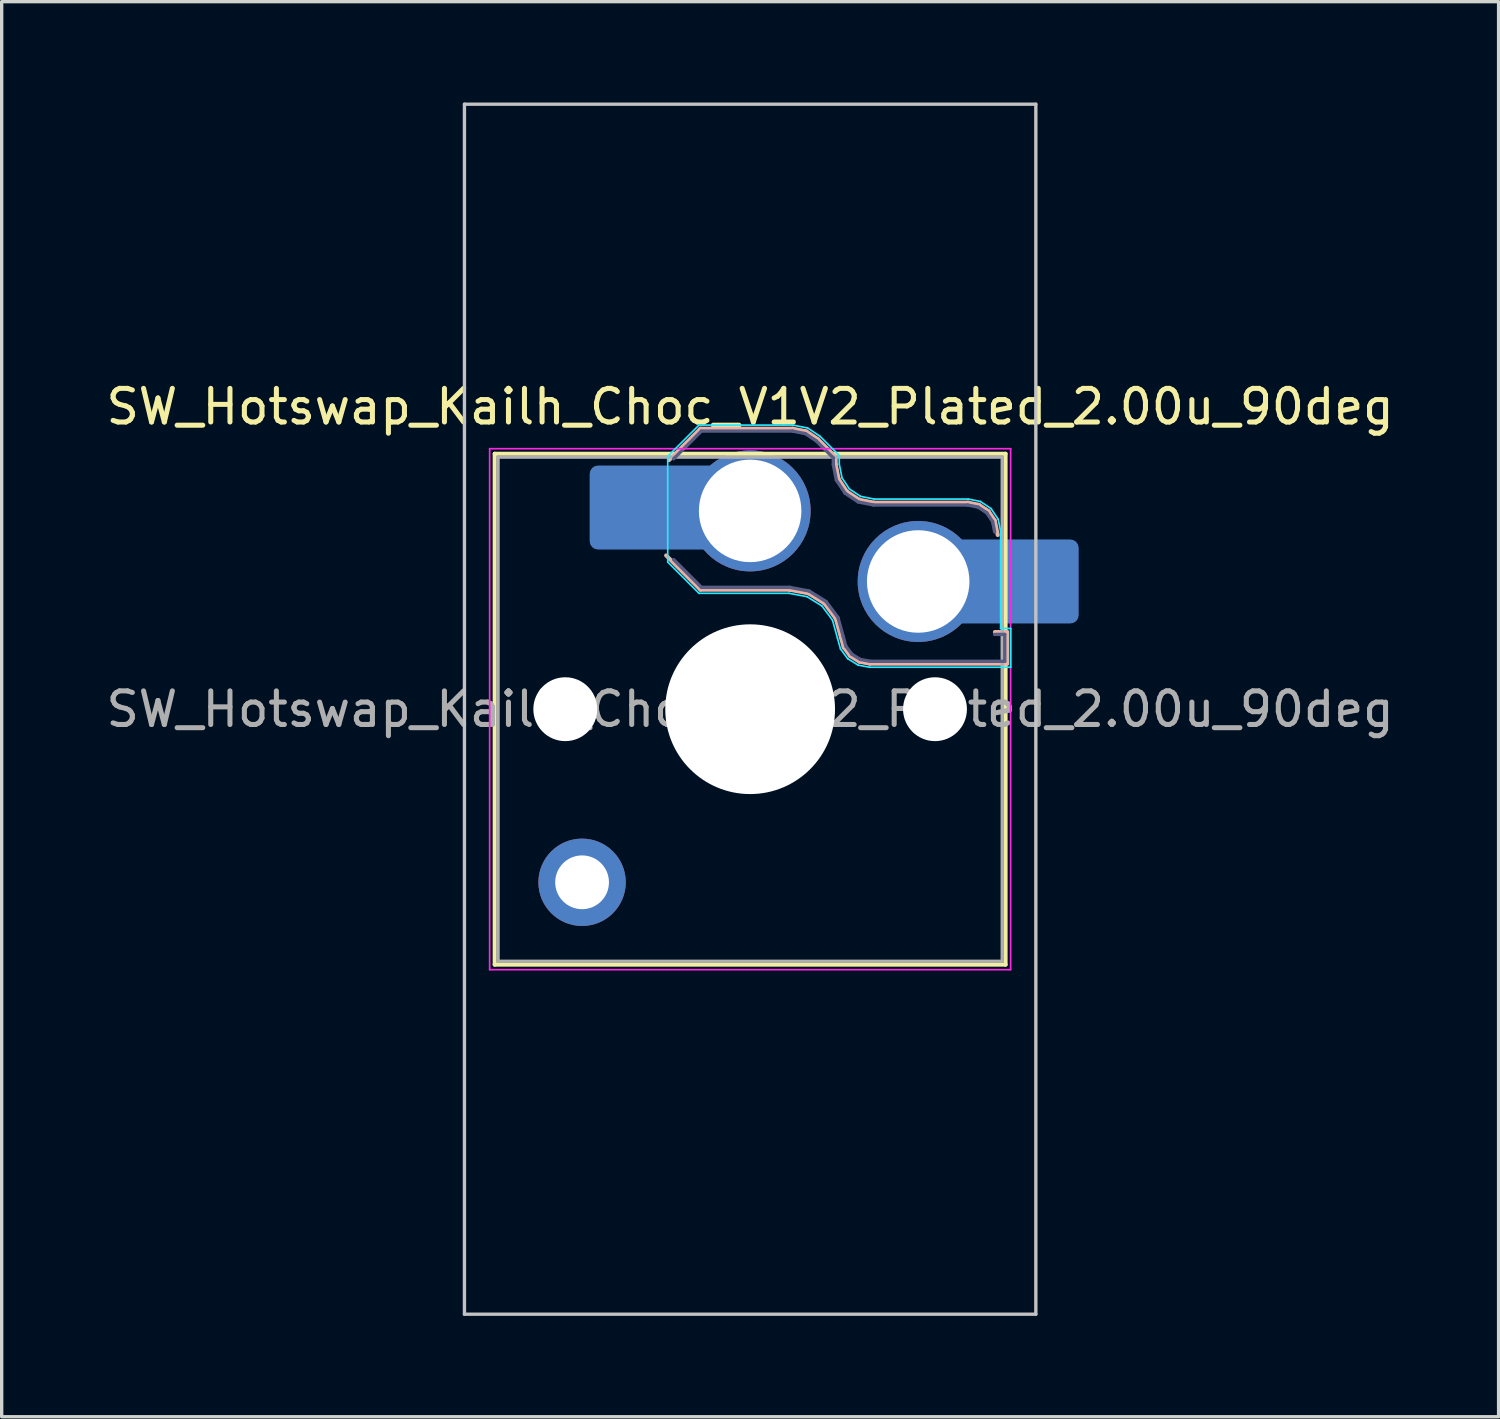
<source format=kicad_pcb>
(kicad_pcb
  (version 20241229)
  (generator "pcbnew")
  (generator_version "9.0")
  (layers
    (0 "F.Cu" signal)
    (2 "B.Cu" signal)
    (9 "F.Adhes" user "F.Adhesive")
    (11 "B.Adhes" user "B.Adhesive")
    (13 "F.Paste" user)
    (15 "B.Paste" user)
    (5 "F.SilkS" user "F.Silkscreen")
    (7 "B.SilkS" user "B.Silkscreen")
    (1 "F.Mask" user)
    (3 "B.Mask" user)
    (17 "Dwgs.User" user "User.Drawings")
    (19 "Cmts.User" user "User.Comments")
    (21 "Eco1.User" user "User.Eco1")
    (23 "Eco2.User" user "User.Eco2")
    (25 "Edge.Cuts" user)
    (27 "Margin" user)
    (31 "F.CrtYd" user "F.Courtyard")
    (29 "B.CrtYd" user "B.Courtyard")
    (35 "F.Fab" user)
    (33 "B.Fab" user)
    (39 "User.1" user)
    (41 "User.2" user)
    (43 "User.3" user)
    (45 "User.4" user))
  (footprint "SW_Hotswap_Kailh_Choc_V1V2_Plated_2.00u_90deg"
    (layer "F.Cu")
    (at 19.268 18.05)
    (property "Reference" "SW_Hotswap_Kailh_Choc_V1V2_Plated_2.00u_90deg" (at 0 -9 0) (layer "F.SilkS") (effects (font (size 1 1) (thickness 0.15))))
    (attr smd)
    (fp_line (start -7.6 -7.6) (end -7.6 7.6) (stroke (width 0.12) (type solid)) (layer "F.SilkS"))
    (fp_line (start -7.6 7.6) (end 7.6 7.6) (stroke (width 0.12) (type solid)) (layer "F.SilkS"))
    (fp_line (start 7.6 -7.6) (end -7.6 -7.6) (stroke (width 0.12) (type solid)) (layer "F.SilkS"))
    (fp_line (start 7.6 7.6) (end 7.6 -7.6) (stroke (width 0.12) (type solid)) (layer "F.SilkS"))
    (fp_line (start -2.416 -7.409) (end -1.479 -8.346) (stroke (width 0.12) (type solid)) (layer "B.SilkS"))
    (fp_line (start -1.479 -8.346) (end 1.268 -8.346) (stroke (width 0.12) (type solid)) (layer "B.SilkS"))
    (fp_line (start -1.479 -3.554) (end -2.5 -4.575) (stroke (width 0.12) (type solid)) (layer "B.SilkS"))
    (fp_line (start 1.168 -3.554) (end -1.479 -3.554) (stroke (width 0.12) (type solid)) (layer "B.SilkS"))
    (fp_line (start 1.268 -8.346) (end 1.671 -8.266) (stroke (width 0.12) (type solid)) (layer "B.SilkS"))
    (fp_line (start 1.671 -8.266) (end 2.013 -8.037) (stroke (width 0.12) (type solid)) (layer "B.SilkS"))
    (fp_line (start 1.73 -3.449) (end 1.168 -3.554) (stroke (width 0.12) (type solid)) (layer "B.SilkS"))
    (fp_line (start 2.013 -8.037) (end 2.546 -7.504) (stroke (width 0.12) (type solid)) (layer "B.SilkS"))
    (fp_line (start 2.209 -3.15) (end 1.73 -3.449) (stroke (width 0.12) (type solid)) (layer "B.SilkS"))
    (fp_line (start 2.546 -7.504) (end 2.546 -7.282) (stroke (width 0.12) (type solid)) (layer "B.SilkS"))
    (fp_line (start 2.546 -7.282) (end 2.633 -6.844) (stroke (width 0.12) (type solid)) (layer "B.SilkS"))
    (fp_line (start 2.547 -2.697) (end 2.209 -3.15) (stroke (width 0.12) (type solid)) (layer "B.SilkS"))
    (fp_line (start 2.633 -6.844) (end 2.877 -6.477) (stroke (width 0.12) (type solid)) (layer "B.SilkS"))
    (fp_line (start 2.701 -2.139) (end 2.547 -2.697) (stroke (width 0.12) (type solid)) (layer "B.SilkS"))
    (fp_line (start 2.783 -1.841) (end 2.701 -2.139) (stroke (width 0.12) (type solid)) (layer "B.SilkS"))
    (fp_line (start 2.877 -6.477) (end 3.244 -6.233) (stroke (width 0.12) (type solid)) (layer "B.SilkS"))
    (fp_line (start 2.976 -1.583) (end 2.783 -1.841) (stroke (width 0.12) (type solid)) (layer "B.SilkS"))
    (fp_line (start 3.244 -6.233) (end 3.682 -6.146) (stroke (width 0.12) (type solid)) (layer "B.SilkS"))
    (fp_line (start 3.25 -1.413) (end 2.976 -1.583) (stroke (width 0.12) (type solid)) (layer "B.SilkS"))
    (fp_line (start 3.56 -1.354) (end 3.25 -1.413) (stroke (width 0.12) (type solid)) (layer "B.SilkS"))
    (fp_line (start 3.682 -6.146) (end 6.482 -6.146) (stroke (width 0.12) (type solid)) (layer "B.SilkS"))
    (fp_line (start 6.482 -6.146) (end 6.809 -6.081) (stroke (width 0.12) (type solid)) (layer "B.SilkS"))
    (fp_line (start 6.809 -6.081) (end 7.092 -5.892) (stroke (width 0.12) (type solid)) (layer "B.SilkS"))
    (fp_line (start 7.092 -5.892) (end 7.281 -5.609) (stroke (width 0.12) (type solid)) (layer "B.SilkS"))
    (fp_line (start 7.281 -5.609) (end 7.366 -5.182) (stroke (width 0.12) (type solid)) (layer "B.SilkS"))
    (fp_line (start 7.283 -2.296) (end 7.646 -2.296) (stroke (width 0.12) (type solid)) (layer "B.SilkS"))
    (fp_line (start 7.646 -2.296) (end 7.646 -1.354) (stroke (width 0.12) (type solid)) (layer "B.SilkS"))
    (fp_line (start 7.646 -1.354) (end 3.56 -1.354) (stroke (width 0.12) (type solid)) (layer "B.SilkS"))
    (fp_line (start -8.5 -18) (end 8.5 -18) (stroke (width 0.1) (type solid)) (layer "Dwgs.User"))
    (fp_line (start -8.5 18) (end -8.5 -18) (stroke (width 0.1) (type solid)) (layer "Dwgs.User"))
    (fp_line (start 8.5 -18) (end 8.5 18) (stroke (width 0.1) (type solid)) (layer "Dwgs.User"))
    (fp_line (start 8.5 18) (end -8.5 18) (stroke (width 0.1) (type solid)) (layer "Dwgs.User"))
    (fp_line (start -7.25 -7.25) (end -7.25 7.25) (stroke (width 0.1) (type solid)) (layer "Eco1.User"))
    (fp_line (start -7.25 7.25) (end 7.25 7.25) (stroke (width 0.1) (type solid)) (layer "Eco1.User"))
    (fp_line (start 7.25 -7.25) (end -7.25 -7.25) (stroke (width 0.1) (type solid)) (layer "Eco1.User"))
    (fp_line (start 7.25 7.25) (end 7.25 -7.25) (stroke (width 0.1) (type solid)) (layer "Eco1.User"))
    (fp_line (start -2.452 -7.523) (end -1.523 -8.452) (stroke (width 0.05) (type solid)) (layer "B.CrtYd"))
    (fp_line (start -2.452 -4.377) (end -2.452 -7.523) (stroke (width 0.05) (type solid)) (layer "B.CrtYd"))
    (fp_line (start -1.523 -8.452) (end 1.278 -8.452) (stroke (width 0.05) (type solid)) (layer "B.CrtYd"))
    (fp_line (start -1.523 -3.448) (end -2.452 -4.377) (stroke (width 0.05) (type solid)) (layer "B.CrtYd"))
    (fp_line (start 1.159 -3.448) (end -1.523 -3.448) (stroke (width 0.05) (type solid)) (layer "B.CrtYd"))
    (fp_line (start 1.278 -8.452) (end 1.712 -8.366) (stroke (width 0.05) (type solid)) (layer "B.CrtYd"))
    (fp_line (start 1.691 -3.348) (end 1.159 -3.448) (stroke (width 0.05) (type solid)) (layer "B.CrtYd"))
    (fp_line (start 1.712 -8.366) (end 2.081 -8.119) (stroke (width 0.05) (type solid)) (layer "B.CrtYd"))
    (fp_line (start 2.081 -8.119) (end 2.652 -7.548) (stroke (width 0.05) (type solid)) (layer "B.CrtYd"))
    (fp_line (start 2.136 -3.071) (end 1.691 -3.348) (stroke (width 0.05) (type solid)) (layer "B.CrtYd"))
    (fp_line (start 2.45 -2.65) (end 2.136 -3.071) (stroke (width 0.05) (type solid)) (layer "B.CrtYd"))
    (fp_line (start 2.599 -2.111) (end 2.45 -2.65) (stroke (width 0.05) (type solid)) (layer "B.CrtYd"))
    (fp_line (start 2.652 -7.548) (end 2.652 -7.292) (stroke (width 0.05) (type solid)) (layer "B.CrtYd"))
    (fp_line (start 2.652 -7.292) (end 2.733 -6.885) (stroke (width 0.05) (type solid)) (layer "B.CrtYd"))
    (fp_line (start 2.687 -1.794) (end 2.599 -2.111) (stroke (width 0.05) (type solid)) (layer "B.CrtYd"))
    (fp_line (start 2.733 -6.885) (end 2.953 -6.553) (stroke (width 0.05) (type solid)) (layer "B.CrtYd"))
    (fp_line (start 2.903 -1.503) (end 2.687 -1.794) (stroke (width 0.05) (type solid)) (layer "B.CrtYd"))
    (fp_line (start 2.953 -6.553) (end 3.285 -6.333) (stroke (width 0.05) (type solid)) (layer "B.CrtYd"))
    (fp_line (start 3.211 -1.312) (end 2.903 -1.503) (stroke (width 0.05) (type solid)) (layer "B.CrtYd"))
    (fp_line (start 3.285 -6.333) (end 3.692 -6.252) (stroke (width 0.05) (type solid)) (layer "B.CrtYd"))
    (fp_line (start 3.55 -1.248) (end 3.211 -1.312) (stroke (width 0.05) (type solid)) (layer "B.CrtYd"))
    (fp_line (start 3.692 -6.252) (end 6.492 -6.252) (stroke (width 0.05) (type solid)) (layer "B.CrtYd"))
    (fp_line (start 6.492 -6.252) (end 6.85 -6.181) (stroke (width 0.05) (type solid)) (layer "B.CrtYd"))
    (fp_line (start 6.85 -6.181) (end 7.168 -5.968) (stroke (width 0.05) (type solid)) (layer "B.CrtYd"))
    (fp_line (start 7.168 -5.968) (end 7.381 -5.65) (stroke (width 0.05) (type solid)) (layer "B.CrtYd"))
    (fp_line (start 7.381 -5.65) (end 7.452 -5.292) (stroke (width 0.05) (type solid)) (layer "B.CrtYd"))
    (fp_line (start 7.452 -5.292) (end 7.452 -2.402) (stroke (width 0.05) (type solid)) (layer "B.CrtYd"))
    (fp_line (start 7.452 -2.402) (end 7.752 -2.402) (stroke (width 0.05) (type solid)) (layer "B.CrtYd"))
    (fp_line (start 7.752 -2.402) (end 7.752 -1.248) (stroke (width 0.05) (type solid)) (layer "B.CrtYd"))
    (fp_line (start 7.752 -1.248) (end 3.55 -1.248) (stroke (width 0.05) (type solid)) (layer "B.CrtYd"))
    (fp_line (start -7.75 -7.75) (end -7.75 7.75) (stroke (width 0.05) (type solid)) (layer "F.CrtYd"))
    (fp_line (start -7.75 7.75) (end 7.75 7.75) (stroke (width 0.05) (type solid)) (layer "F.CrtYd"))
    (fp_line (start 7.75 -7.75) (end -7.75 -7.75) (stroke (width 0.05) (type solid)) (layer "F.CrtYd"))
    (fp_line (start 7.75 7.75) (end 7.75 -7.75) (stroke (width 0.05) (type solid)) (layer "F.CrtYd"))
    (fp_line (start -2.275 -7.45) (end -1.45 -8.275) (stroke (width 0.1) (type solid)) (layer "B.Fab"))
    (fp_line (start -1.45 -8.275) (end 1.261 -8.275) (stroke (width 0.1) (type solid)) (layer "B.Fab"))
    (fp_line (start -1.45 -3.625) (end -2.275 -4.45) (stroke (width 0.1) (type solid)) (layer "B.Fab"))
    (fp_line (start 1.175 -3.625) (end -1.45 -3.625) (stroke (width 0.1) (type solid)) (layer "B.Fab"))
    (fp_line (start 1.261 -8.275) (end 1.643 -8.199) (stroke (width 0.1) (type solid)) (layer "B.Fab"))
    (fp_line (start 1.643 -8.199) (end 1.968 -7.982) (stroke (width 0.1) (type solid)) (layer "B.Fab"))
    (fp_line (start 1.756 -3.516) (end 1.175 -3.625) (stroke (width 0.1) (type solid)) (layer "B.Fab"))
    (fp_line (start 1.968 -7.982) (end 2.475 -7.475) (stroke (width 0.1) (type solid)) (layer "B.Fab"))
    (fp_line (start 2.258 -3.203) (end 1.756 -3.516) (stroke (width 0.1) (type solid)) (layer "B.Fab"))
    (fp_line (start 2.475 -7.475) (end 2.475 -7.275) (stroke (width 0.1) (type solid)) (layer "B.Fab"))
    (fp_line (start 2.475 -7.275) (end 2.566 -6.816) (stroke (width 0.1) (type solid)) (layer "B.Fab"))
    (fp_line (start 2.566 -6.816) (end 2.826 -6.426) (stroke (width 0.1) (type solid)) (layer "B.Fab"))
    (fp_line (start 2.612 -2.729) (end 2.258 -3.203) (stroke (width 0.1) (type solid)) (layer "B.Fab"))
    (fp_line (start 2.769 -2.158) (end 2.612 -2.729) (stroke (width 0.1) (type solid)) (layer "B.Fab"))
    (fp_line (start 2.826 -6.426) (end 3.216 -6.166) (stroke (width 0.1) (type solid)) (layer "B.Fab"))
    (fp_line (start 2.848 -1.873) (end 2.769 -2.158) (stroke (width 0.1) (type solid)) (layer "B.Fab"))
    (fp_line (start 3.025 -1.636) (end 2.848 -1.873) (stroke (width 0.1) (type solid)) (layer "B.Fab"))
    (fp_line (start 3.216 -6.166) (end 3.675 -6.075) (stroke (width 0.1) (type solid)) (layer "B.Fab"))
    (fp_line (start 3.276 -1.48) (end 3.025 -1.636) (stroke (width 0.1) (type solid)) (layer "B.Fab"))
    (fp_line (start 3.567 -1.425) (end 3.276 -1.48) (stroke (width 0.1) (type solid)) (layer "B.Fab"))
    (fp_line (start 3.675 -6.075) (end 6.475 -6.075) (stroke (width 0.1) (type solid)) (layer "B.Fab"))
    (fp_line (start 6.475 -6.075) (end 6.781 -6.014) (stroke (width 0.1) (type solid)) (layer "B.Fab"))
    (fp_line (start 6.781 -6.014) (end 7.041 -5.841) (stroke (width 0.1) (type solid)) (layer "B.Fab"))
    (fp_line (start 7.041 -5.841) (end 7.214 -5.581) (stroke (width 0.1) (type solid)) (layer "B.Fab"))
    (fp_line (start 7.214 -5.581) (end 7.275 -5.275) (stroke (width 0.1) (type solid)) (layer "B.Fab"))
    (fp_line (start 7.275 -2.225) (end 7.575 -2.225) (stroke (width 0.1) (type solid)) (layer "B.Fab"))
    (fp_line (start 7.575 -2.225) (end 7.575 -1.425) (stroke (width 0.1) (type solid)) (layer "B.Fab"))
    (fp_line (start 7.575 -1.425) (end 3.567 -1.425) (stroke (width 0.1) (type solid)) (layer "B.Fab"))
    (fp_line (start -7.5 -7.5) (end -7.5 7.5) (stroke (width 0.1) (type solid)) (layer "F.Fab"))
    (fp_line (start -7.5 7.5) (end 7.5 7.5) (stroke (width 0.1) (type solid)) (layer "F.Fab"))
    (fp_line (start 7.5 -7.5) (end -7.5 -7.5) (stroke (width 0.1) (type solid)) (layer "F.Fab"))
    (fp_line (start 7.5 7.5) (end 7.5 -7.5) (stroke (width 0.1) (type solid)) (layer "F.Fab"))
    (fp_text user "${REFERENCE}" (at 0 0 0) (layer "F.Fab") (effects (font (size 1 1) (thickness 0.15))))
    (pad "" np_thru_hole circle (at -5.5 0) (size 1.9 1.9) (drill 1.9) (layers "*.Cu" "*.Mask"))
    (pad "" thru_hole circle (at -5 5.15) (size 2.6 2.6) (drill 1.6) (layers "*.Cu" "*.Mask"))
    (pad "" smd roundrect (at -3.5 -6) (size 2.55 2.5) (layers "B.Mask" "B.Paste") (roundrect_rratio 0.1))
    (pad "" np_thru_hole circle (at 0 0) (size 5.05 5.05) (drill 5.05) (layers "*.Cu" "*.Mask"))
    (pad "" np_thru_hole circle (at 5.5 0) (size 1.9 1.9) (drill 1.9) (layers "*.Cu" "*.Mask"))
    (pad "" smd roundrect (at 8.5 -3.8) (size 2.55 2.5) (layers "B.Mask" "B.Paste") (roundrect_rratio 0.1))
    (pad "1" smd roundrect (at -2.85 -6) (size 3.85 2.5) (layers "B.Cu") (roundrect_rratio 0.1))
    (pad "1" thru_hole circle (at 0 -5.9) (size 3.6 3.6) (drill 3.05) (layers "*.Cu" "*.Mask"))
    (pad "2" thru_hole circle (at 5 -3.8) (size 3.6 3.6) (drill 3.05) (layers "*.Cu" "*.Mask"))
    (pad "2" smd roundrect (at 7.85 -3.8) (size 3.85 2.5) (layers "B.Cu") (roundrect_rratio 0.1)))
  (gr_rect
    (start -3 -3)
    (end 41.536 39.1)
    (stroke (width 0.1) (type default))
    (fill no)
    (layer "Edge.Cuts")))
</source>
